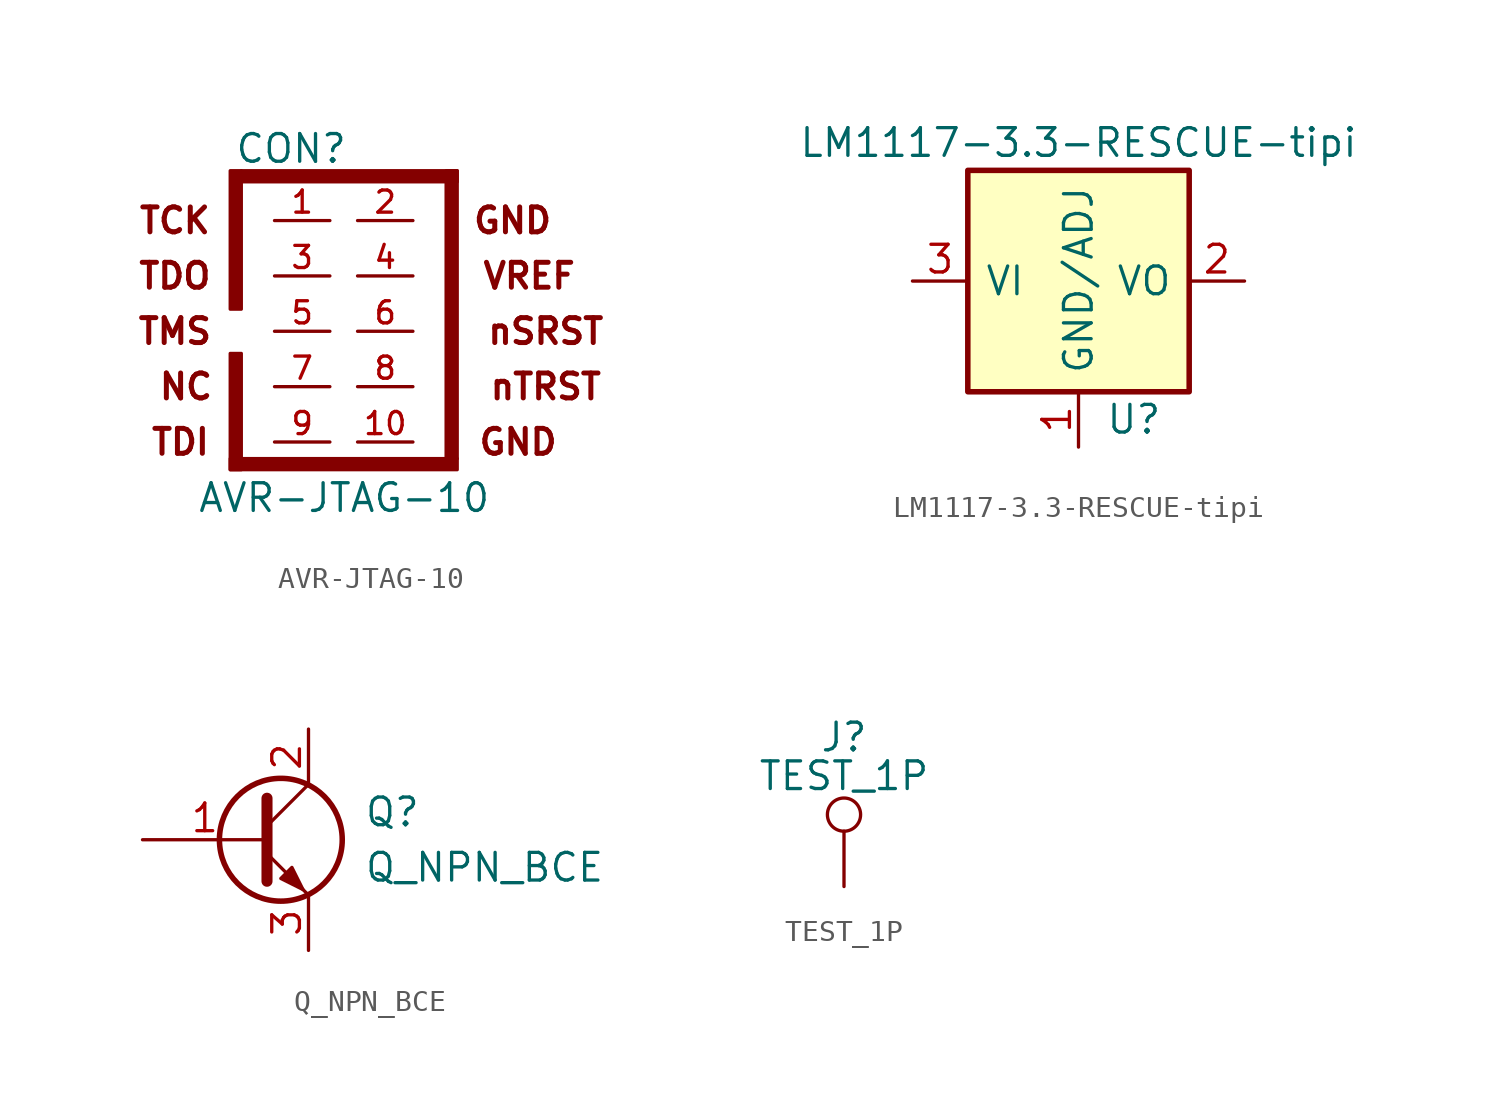
<source format=kicad_sym>
(kicad_symbol_lib
  (version 20231120)
  (generator "kicad_symbol_editor")
  (generator_version "8.0")
  (symbol "AVR-JTAG-10"
    (pin_names
      (offset 1.016))
    (property "Reference" "CON"
      (at -4.318 8.382 0)
      (effects (font (size 1.27 1.27))))
    (property "Value" "AVR-JTAG-10"
      (at -8.636 -8.382 0)
      (effects (font (size 1.27 1.27)) (justify left bottom)))
    (symbol "AVR-JTAG-10_0_0"
      (text "GND" (at 5.842 5.08 0) (effects (font (size 1.143 1.143) (bold yes))))
      (text "NC" (at -9.144 -2.54 0) (effects (font (size 1.143 1.143) (bold yes)))))
    (symbol "AVR-JTAG-10_0_1"
      (rectangle (start -7.112 -5.842) (end 3.302 -6.35) (stroke (width 0) (type solid)) (fill (type outline)))
      (rectangle (start -7.112 -1.016) (end -6.604 -6.35) (stroke (width 0) (type solid)) (fill (type outline)))
      (rectangle (start -6.604 7.366) (end -7.112 1.016) (stroke (width 0) (type solid)) (fill (type outline)))
      (rectangle (start -6.604 7.366) (end 3.302 6.858) (stroke (width 0) (type solid)) (fill (type outline)))
      (rectangle (start 2.794 7.366) (end 3.302 -5.842) (stroke (width 0) (type solid)) (fill (type outline))))
    (symbol "AVR-JTAG-10_1_0"
      (text "GND" (at 6.096 -5.08 0) (effects (font (size 1.143 1.143) (bold yes))))
      (text "nSRST" (at 7.366 0 0) (effects (font (size 1.143 1.143) (bold yes))))
      (text "nTRST" (at 7.366 -2.54 0) (effects (font (size 1.143 1.143) (bold yes))))
      (text "TCK" (at -9.652 5.08 0) (effects (font (size 1.143 1.143) (bold yes))))
      (text "TDI" (at -9.398 -5.08 0) (effects (font (size 1.143 1.143) (bold yes))))
      (text "TDO" (at -9.652 2.54 0) (effects (font (size 1.143 1.143) (bold yes))))
      (text "TMS" (at -9.652 0 0) (effects (font (size 1.143 1.143) (bold yes))))
      (text "VREF" (at 6.604 2.54 0) (effects (font (size 1.143 1.143) (bold yes)))))
    (symbol "AVR-JTAG-10_1_1"
      (pin passive line (at -5.08 5.08 0) (length 2.54) (name "~" (effects (font (size 1.016 1.016)))) (number "1" (effects (font (size 1.016 1.016)))))
      (pin passive line (at 1.27 -5.08 180) (length 2.54) (name "~" (effects (font (size 1.016 1.016)))) (number "10" (effects (font (size 1.016 1.016)))))
      (pin passive line (at 1.27 5.08 180) (length 2.54) (name "~" (effects (font (size 1.016 1.016)))) (number "2" (effects (font (size 1.016 1.016)))))
      (pin passive line (at -5.08 2.54 0) (length 2.54) (name "~" (effects (font (size 1.016 1.016)))) (number "3" (effects (font (size 1.016 1.016)))))
      (pin passive line (at 1.27 2.54 180) (length 2.54) (name "~" (effects (font (size 1.016 1.016)))) (number "4" (effects (font (size 1.016 1.016)))))
      (pin passive line (at -5.08 0 0) (length 2.54) (name "~" (effects (font (size 1.016 1.016)))) (number "5" (effects (font (size 1.016 1.016)))))
      (pin passive line (at 1.27 0 180) (length 2.54) (name "~" (effects (font (size 1.016 1.016)))) (number "6" (effects (font (size 1.016 1.016)))))
      (pin passive line (at -5.08 -2.54 0) (length 2.54) (name "~" (effects (font (size 1.016 1.016)))) (number "7" (effects (font (size 1.016 1.016)))))
      (pin passive line (at 1.27 -2.54 180) (length 2.54) (name "~" (effects (font (size 1.016 1.016)))) (number "8" (effects (font (size 1.016 1.016)))))
      (pin passive line (at -5.08 -5.08 0) (length 2.54) (name "~" (effects (font (size 1.016 1.016)))) (number "9" (effects (font (size 1.016 1.016)))))))
  (symbol "LM1117-3.3-RESCUE-tipi"
    (pin_names
      (offset 0.762))
    (property "Reference" "U"
      (at 2.54 -6.35 0)
      (effects (font (size 1.27 1.27))))
    (property "Value" "LM1117-3.3-RESCUE-tipi"
      (at 0 6.35 0)
      (effects (font (size 1.27 1.27))))
    (symbol "LM1117-3.3-RESCUE-tipi_0_1"
      (rectangle (start -5.08 -5.08) (end 5.08 5.08) (stroke (width 0.254) (type solid)) (fill (type background))))
    (symbol "LM1117-3.3-RESCUE-tipi_1_1"
      (pin power_in line (at 0 -7.62 90) (length 2.54) (name "GND/ADJ" (effects (font (size 1.27 1.27)))) (number "1" (effects (font (size 1.27 1.27)))))
      (pin power_out line (at 7.62 0 180) (length 2.54) (name "VO" (effects (font (size 1.27 1.27)))) (number "2" (effects (font (size 1.27 1.27)))))
      (pin power_in line (at -7.62 0 0) (length 2.54) (name "VI" (effects (font (size 1.27 1.27)))) (number "3" (effects (font (size 1.27 1.27)))))
      (pin power_out line (at 7.62 0 180) (length 2.54) hide (name "VO" (effects (font (size 1.27 1.27)))) (number "4" (effects (font (size 1.27 1.27)))))))
  (symbol "Q_NPN_BCE"
    (pin_names
      (offset 0) hide)
    (property "Reference" "Q"
      (at 5.08 1.27 0)
      (effects (font (size 1.27 1.27)) (justify left)))
    (property "Value" "Q_NPN_BCE"
      (at 5.08 -1.27 0)
      (effects (font (size 1.27 1.27)) (justify left)))
    (symbol "Q_NPN_BCE_0_1"
      (polyline (pts (xy 0.635 0.635) (xy 2.54 2.54)) (stroke (width 0) (type solid)) (fill (type none)))
      (polyline (pts (xy 0.635 -0.635) (xy 2.54 -2.54) (xy 2.54 -2.54)) (stroke (width 0) (type solid)) (fill (type none)))
      (polyline (pts (xy 0.635 1.905) (xy 0.635 -1.905) (xy 0.635 -1.905)) (stroke (width 0.508) (type solid)) (fill (type none)))
      (polyline (pts (xy 1.27 -1.778) (xy 1.778 -1.27) (xy 2.286 -2.286) (xy 1.27 -1.778) (xy 1.27 -1.778)) (stroke (width 0) (type solid)) (fill (type outline)))
      (circle (center 1.27 0) (radius 2.819) (stroke (width 0.254) (type solid)) (fill (type none))))
    (symbol "Q_NPN_BCE_1_1"
      (pin input line (at -5.08 0 0) (length 5.715) (name "B" (effects (font (size 1.27 1.27)))) (number "1" (effects (font (size 1.27 1.27)))))
      (pin passive line (at 2.54 5.08 270) (length 2.54) (name "C" (effects (font (size 1.27 1.27)))) (number "2" (effects (font (size 1.27 1.27)))))
      (pin passive line (at 2.54 -5.08 90) (length 2.54) (name "E" (effects (font (size 1.27 1.27)))) (number "3" (effects (font (size 1.27 1.27)))))))
  (symbol "TEST_1P"
    (pin_numbers hide)
    (pin_names
      (offset 0.762) hide)
    (property "Reference" "J"
      (at 0 6.858 0)
      (effects (font (size 1.27 1.27))))
    (property "Value" "TEST_1P"
      (at 0 5.08 0)
      (effects (font (size 1.27 1.27))))
    (symbol "TEST_1P_0_1"
      (circle (center 0 3.302) (radius 0.762) (stroke (width 0) (type solid)) (fill (type none))))
    (symbol "TEST_1P_1_1"
      (pin passive line (at 0 0 90) (length 2.54) (name "1" (effects (font (size 1.27 1.27)))) (number "1" (effects (font (size 1.27 1.27))))))))
</source>
